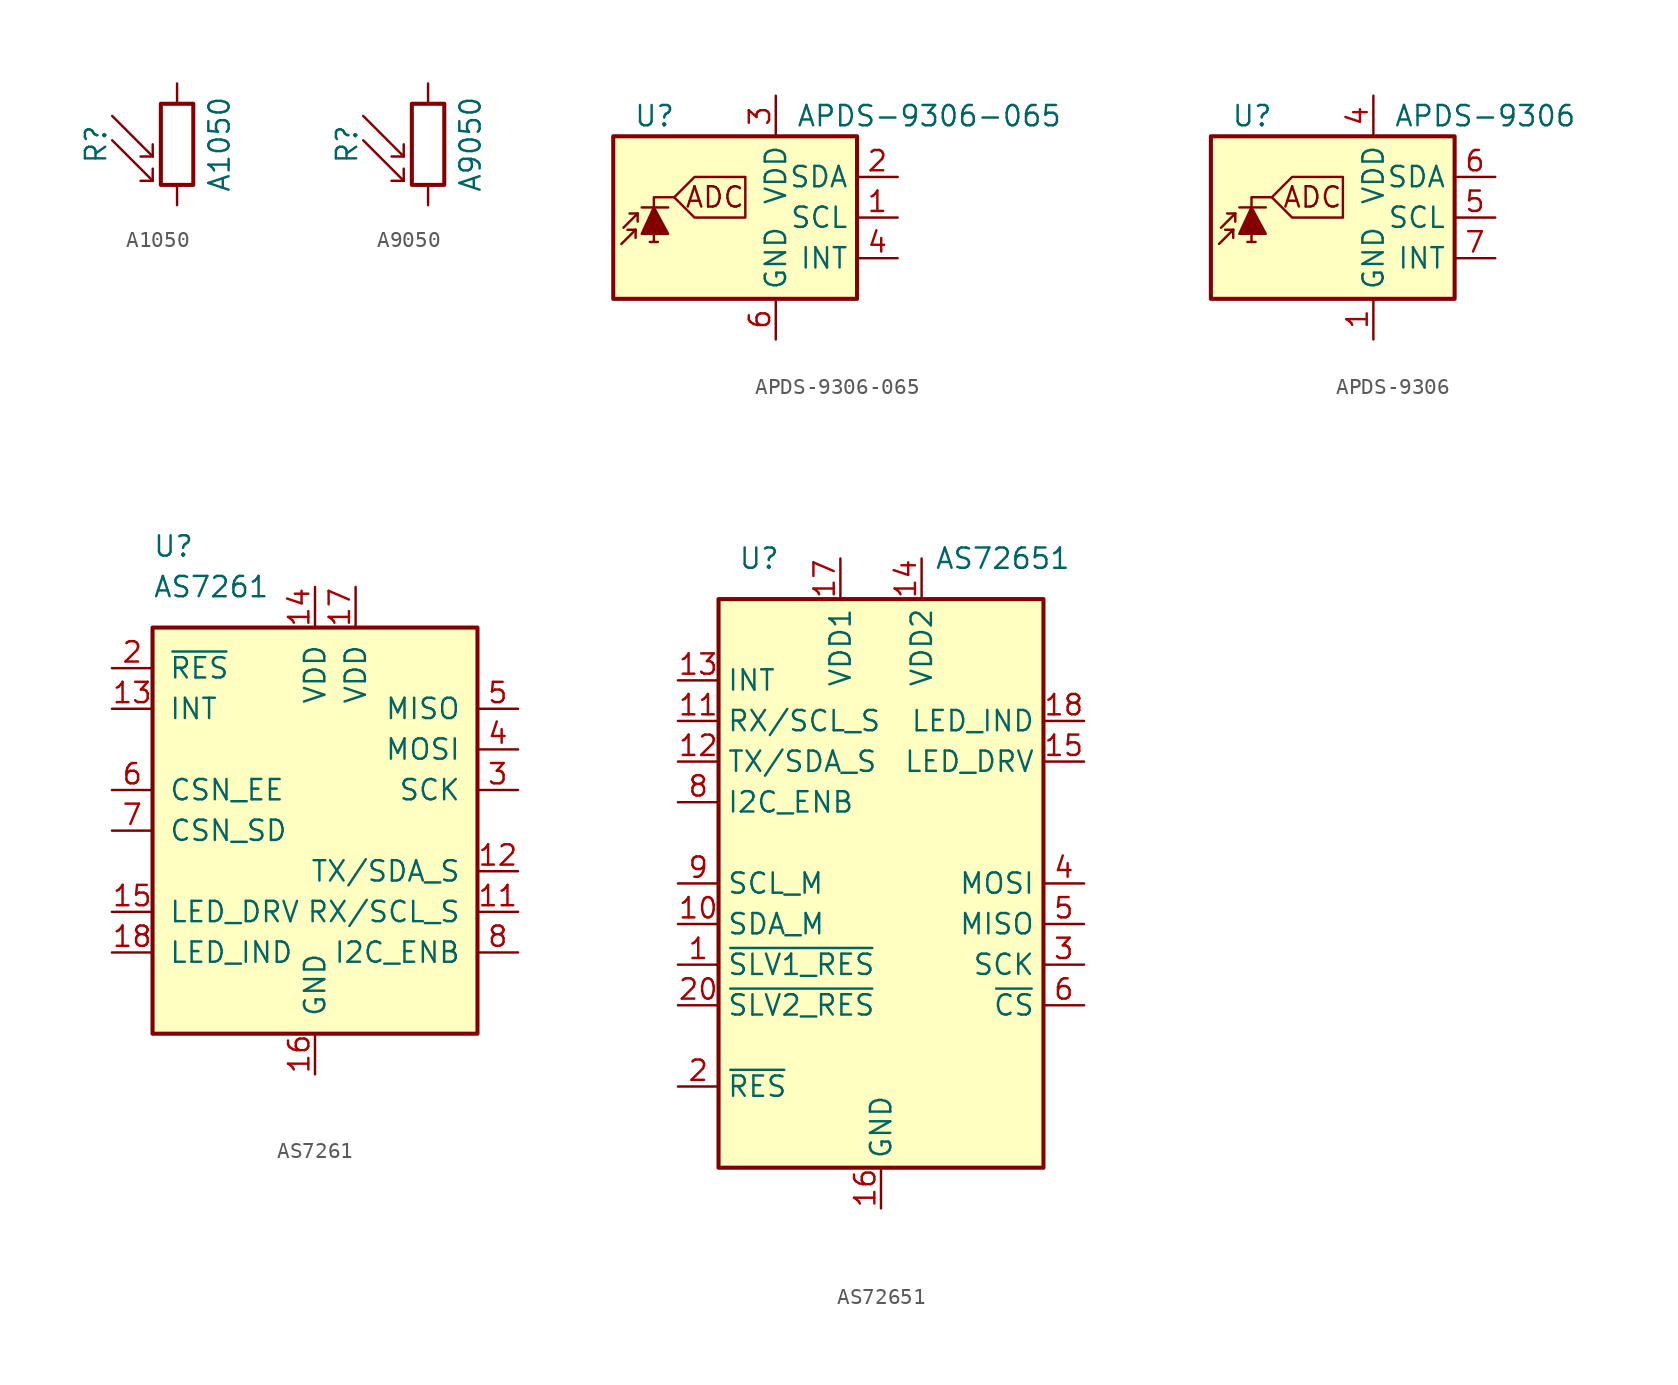
<source format=kicad_sym>
(kicad_symbol_lib
  (version 20211014)
  (generator kicad_symbol_editor)
  (symbol "A1050"
    (pin_numbers hide)
    (pin_names
      (offset 0))
    (property "Reference" "R"
      (at -5.08 0 90)
      (effects (font (size 1.27 1.27))))
    (property "Value" "A1050"
      (at 1.905 0 90)
      (effects (font (size 1.27 1.27)) (justify top)))
    (symbol "A1050_0_1"
      (rectangle (start -1.016 2.54) (end 1.016 -2.54) (stroke (width 0.254) (type default) (color 0 0 0 0)) (fill (type none)))
      (polyline (pts (xy -1.524 -2.286) (xy -4.064 0.254)) (stroke (width 0) (type default) (color 0 0 0 0)) (fill (type none)))
      (polyline (pts (xy -1.524 -2.286) (xy -2.286 -2.286)) (stroke (width 0) (type default) (color 0 0 0 0)) (fill (type none)))
      (polyline (pts (xy -1.524 -2.286) (xy -1.524 -1.524)) (stroke (width 0) (type default) (color 0 0 0 0)) (fill (type none)))
      (polyline (pts (xy -1.524 -0.762) (xy -4.064 1.778)) (stroke (width 0) (type default) (color 0 0 0 0)) (fill (type none)))
      (polyline (pts (xy -1.524 -0.762) (xy -2.286 -0.762)) (stroke (width 0) (type default) (color 0 0 0 0)) (fill (type none)))
      (polyline (pts (xy -1.524 -0.762) (xy -1.524 0)) (stroke (width 0) (type default) (color 0 0 0 0)) (fill (type none))))
    (symbol "A1050_1_1"
      (pin passive line (at 0 3.81 270) (length 1.27) (name "~" (effects (font (size 1.27 1.27)))) (number "1" (effects (font (size 1.27 1.27)))))
      (pin passive line (at 0 -3.81 90) (length 1.27) (name "~" (effects (font (size 1.27 1.27)))) (number "2" (effects (font (size 1.27 1.27)))))))
  (symbol "A9050"
    (pin_numbers hide)
    (pin_names
      (offset 0))
    (property "Reference" "R"
      (at -5.08 0 90)
      (effects (font (size 1.27 1.27))))
    (property "Value" "A9050"
      (at 1.905 0 90)
      (effects (font (size 1.27 1.27)) (justify top)))
    (symbol "A9050_0_1"
      (rectangle (start -1.016 2.54) (end 1.016 -2.54) (stroke (width 0.254) (type default) (color 0 0 0 0)) (fill (type none)))
      (polyline (pts (xy -1.524 -2.286) (xy -4.064 0.254)) (stroke (width 0) (type default) (color 0 0 0 0)) (fill (type none)))
      (polyline (pts (xy -1.524 -2.286) (xy -2.286 -2.286)) (stroke (width 0) (type default) (color 0 0 0 0)) (fill (type none)))
      (polyline (pts (xy -1.524 -2.286) (xy -1.524 -1.524)) (stroke (width 0) (type default) (color 0 0 0 0)) (fill (type none)))
      (polyline (pts (xy -1.524 -0.762) (xy -4.064 1.778)) (stroke (width 0) (type default) (color 0 0 0 0)) (fill (type none)))
      (polyline (pts (xy -1.524 -0.762) (xy -2.286 -0.762)) (stroke (width 0) (type default) (color 0 0 0 0)) (fill (type none)))
      (polyline (pts (xy -1.524 -0.762) (xy -1.524 0)) (stroke (width 0) (type default) (color 0 0 0 0)) (fill (type none))))
    (symbol "A9050_1_1"
      (pin passive line (at 0 3.81 270) (length 1.27) (name "~" (effects (font (size 1.27 1.27)))) (number "1" (effects (font (size 1.27 1.27)))))
      (pin passive line (at 0 -3.81 90) (length 1.27) (name "~" (effects (font (size 1.27 1.27)))) (number "2" (effects (font (size 1.27 1.27)))))))
  (symbol "APDS-9306-065"
    (property "Reference" "U"
      (at -6.35 6.35 0)
      (effects (font (size 1.27 1.27)) (justify left)))
    (property "Value" "APDS-9306-065"
      (at 3.81 6.35 0)
      (effects (font (size 1.27 1.27)) (justify left)))
    (symbol "APDS-9306-065_0_0"
      (polyline (pts (xy -3.81 1.27) (xy -2.54 2.54) (xy 0.635 2.54) (xy 0.635 0) (xy -2.54 0) (xy -3.81 1.27)) (stroke (width 0) (type default) (color 0 0 0 0)) (fill (type none)))
      (text "ADC" (at -1.27 1.27 0) (effects (font (size 1.27 1.27)))))
    (symbol "APDS-9306-065_0_1"
      (rectangle (start -7.62 5.08) (end 7.62 -5.08) (stroke (width 0.254) (type default) (color 0 0 0 0)) (fill (type background))))
    (symbol "APDS-9306-065_1_0"
      (polyline (pts (xy -5.08 -1.524) (xy -5.08 1.27) (xy -3.81 1.27)) (stroke (width 0) (type default) (color 0 0 0 0)) (fill (type none))))
    (symbol "APDS-9306-065_1_1"
      (polyline (pts (xy -6.223 -0.762) (xy -7.112 -1.651)) (stroke (width 0) (type default) (color 0 0 0 0)) (fill (type none)))
      (polyline (pts (xy -6.223 -0.762) (xy -6.731 -0.762)) (stroke (width 0) (type default) (color 0 0 0 0)) (fill (type none)))
      (polyline (pts (xy -6.223 -0.762) (xy -6.223 -1.27)) (stroke (width 0) (type default) (color 0 0 0 0)) (fill (type none)))
      (polyline (pts (xy -6.096 0.254) (xy -6.985 -0.635)) (stroke (width 0) (type default) (color 0 0 0 0)) (fill (type none)))
      (polyline (pts (xy -6.096 0.254) (xy -6.604 0.254)) (stroke (width 0) (type default) (color 0 0 0 0)) (fill (type none)))
      (polyline (pts (xy -6.096 0.254) (xy -6.096 -0.254)) (stroke (width 0) (type default) (color 0 0 0 0)) (fill (type none)))
      (polyline (pts (xy -5.842 0.635) (xy -4.191 0.635)) (stroke (width 0) (type default) (color 0 0 0 0)) (fill (type none)))
      (polyline (pts (xy -4.826 -1.524) (xy -5.334 -1.524)) (stroke (width 0) (type default) (color 0 0 0 0)) (fill (type none)))
      (polyline (pts (xy -5.842 -1.016) (xy -4.191 -1.016) (xy -5.08 0.635) (xy -5.842 -1.016)) (stroke (width 0) (type default) (color 0 0 0 0)) (fill (type outline)))
      (pin input line (at 10.16 0 180) (length 2.54) (name "SCL" (effects (font (size 1.27 1.27)))) (number "1" (effects (font (size 1.27 1.27)))))
      (pin bidirectional line (at 10.16 2.54 180) (length 2.54) (name "SDA" (effects (font (size 1.27 1.27)))) (number "2" (effects (font (size 1.27 1.27)))))
      (pin power_in line (at 2.54 7.62 270) (length 2.54) (name "VDD" (effects (font (size 1.27 1.27)))) (number "3" (effects (font (size 1.27 1.27)))))
      (pin open_collector line (at 10.16 -2.54 180) (length 2.54) (name "INT" (effects (font (size 1.27 1.27)))) (number "4" (effects (font (size 1.27 1.27)))))
      (pin no_connect line (at -7.62 2.54 0) (length 2.54) hide (name "NC" (effects (font (size 1.27 1.27)))) (number "5" (effects (font (size 1.27 1.27)))))
      (pin power_in line (at 2.54 -7.62 90) (length 2.54) (name "GND" (effects (font (size 1.27 1.27)))) (number "6" (effects (font (size 1.27 1.27)))))))
  (symbol "APDS-9306"
    (property "Reference" "U"
      (at -6.35 6.35 0)
      (effects (font (size 1.27 1.27)) (justify left)))
    (property "Value" "APDS-9306"
      (at 3.81 6.35 0)
      (effects (font (size 1.27 1.27)) (justify left)))
    (symbol "APDS-9306_0_0"
      (polyline (pts (xy -3.81 1.27) (xy -2.54 2.54) (xy 0.635 2.54) (xy 0.635 0) (xy -2.54 0) (xy -3.81 1.27)) (stroke (width 0) (type default) (color 0 0 0 0)) (fill (type none)))
      (text "ADC" (at -1.27 1.27 0) (effects (font (size 1.27 1.27)))))
    (symbol "APDS-9306_0_1"
      (rectangle (start -7.62 5.08) (end 7.62 -5.08) (stroke (width 0.254) (type default) (color 0 0 0 0)) (fill (type background))))
    (symbol "APDS-9306_1_0"
      (polyline (pts (xy -5.08 -1.524) (xy -5.08 1.27) (xy -3.81 1.27)) (stroke (width 0) (type default) (color 0 0 0 0)) (fill (type none))))
    (symbol "APDS-9306_1_1"
      (polyline (pts (xy -6.223 -0.762) (xy -7.112 -1.651)) (stroke (width 0) (type default) (color 0 0 0 0)) (fill (type none)))
      (polyline (pts (xy -6.223 -0.762) (xy -6.731 -0.762)) (stroke (width 0) (type default) (color 0 0 0 0)) (fill (type none)))
      (polyline (pts (xy -6.223 -0.762) (xy -6.223 -1.27)) (stroke (width 0) (type default) (color 0 0 0 0)) (fill (type none)))
      (polyline (pts (xy -6.096 0.254) (xy -6.985 -0.635)) (stroke (width 0) (type default) (color 0 0 0 0)) (fill (type none)))
      (polyline (pts (xy -6.096 0.254) (xy -6.604 0.254)) (stroke (width 0) (type default) (color 0 0 0 0)) (fill (type none)))
      (polyline (pts (xy -6.096 0.254) (xy -6.096 -0.254)) (stroke (width 0) (type default) (color 0 0 0 0)) (fill (type none)))
      (polyline (pts (xy -5.842 0.635) (xy -4.191 0.635)) (stroke (width 0) (type default) (color 0 0 0 0)) (fill (type none)))
      (polyline (pts (xy -4.826 -1.524) (xy -5.334 -1.524)) (stroke (width 0) (type default) (color 0 0 0 0)) (fill (type none)))
      (polyline (pts (xy -5.842 -1.016) (xy -4.191 -1.016) (xy -5.08 0.635) (xy -5.842 -1.016)) (stroke (width 0) (type default) (color 0 0 0 0)) (fill (type outline)))
      (pin power_in line (at 2.54 -7.62 90) (length 2.54) (name "GND" (effects (font (size 1.27 1.27)))) (number "1" (effects (font (size 1.27 1.27)))))
      (pin no_connect line (at -7.62 -5.08 0) (length 2.54) hide (name "NC" (effects (font (size 1.27 1.27)))) (number "2" (effects (font (size 1.27 1.27)))))
      (pin no_connect line (at -7.62 5.08 0) (length 2.54) hide (name "NC" (effects (font (size 1.27 1.27)))) (number "3" (effects (font (size 1.27 1.27)))))
      (pin power_in line (at 2.54 7.62 270) (length 2.54) (name "VDD" (effects (font (size 1.27 1.27)))) (number "4" (effects (font (size 1.27 1.27)))))
      (pin input line (at 10.16 0 180) (length 2.54) (name "SCL" (effects (font (size 1.27 1.27)))) (number "5" (effects (font (size 1.27 1.27)))))
      (pin bidirectional line (at 10.16 2.54 180) (length 2.54) (name "SDA" (effects (font (size 1.27 1.27)))) (number "6" (effects (font (size 1.27 1.27)))))
      (pin open_collector line (at 10.16 -2.54 180) (length 2.54) (name "INT" (effects (font (size 1.27 1.27)))) (number "7" (effects (font (size 1.27 1.27)))))
      (pin no_connect line (at -7.62 2.54 0) (length 2.54) hide (name "NC" (effects (font (size 1.27 1.27)))) (number "8" (effects (font (size 1.27 1.27)))))))
  (symbol "AS7261"
    (pin_names
      (offset 1.016))
    (property "Reference" "U"
      (at -10.16 17.78 0)
      (effects (font (size 1.27 1.27)) (justify left)))
    (property "Value" "AS7261"
      (at -10.16 15.24 0)
      (effects (font (size 1.27 1.27)) (justify left)))
    (symbol "AS7261_0_1"
      (rectangle (start -10.16 12.7) (end 10.16 -12.7) (stroke (width 0.254) (type default) (color 0 0 0 0)) (fill (type background))))
    (symbol "AS7261_1_1"
      (pin no_connect line (at 12.7 10.16 180) (length 2.54) hide (name "NF" (effects (font (size 1.27 1.27)))) (number "1" (effects (font (size 1.27 1.27)))))
      (pin no_connect line (at -12.7 5.08 0) (length 2.54) hide (name "NF" (effects (font (size 1.27 1.27)))) (number "10" (effects (font (size 1.27 1.27)))))
      (pin input line (at 12.7 -5.08 180) (length 2.54) (name "RX/SCL_S" (effects (font (size 1.27 1.27)))) (number "11" (effects (font (size 1.27 1.27)))))
      (pin bidirectional line (at 12.7 -2.54 180) (length 2.54) (name "TX/SDA_S" (effects (font (size 1.27 1.27)))) (number "12" (effects (font (size 1.27 1.27)))))
      (pin input line (at -12.7 7.62 0) (length 2.54) (name "INT" (effects (font (size 1.27 1.27)))) (number "13" (effects (font (size 1.27 1.27)))))
      (pin power_in line (at 0 15.24 270) (length 2.54) (name "VDD" (effects (font (size 1.27 1.27)))) (number "14" (effects (font (size 1.27 1.27)))))
      (pin output line (at -12.7 -5.08 0) (length 2.54) (name "LED_DRV" (effects (font (size 1.27 1.27)))) (number "15" (effects (font (size 1.27 1.27)))))
      (pin power_in line (at 0 -15.24 90) (length 2.54) (name "GND" (effects (font (size 1.27 1.27)))) (number "16" (effects (font (size 1.27 1.27)))))
      (pin power_in line (at 2.54 15.24 270) (length 2.54) (name "VDD" (effects (font (size 1.27 1.27)))) (number "17" (effects (font (size 1.27 1.27)))))
      (pin output line (at -12.7 -7.62 0) (length 2.54) (name "LED_IND" (effects (font (size 1.27 1.27)))) (number "18" (effects (font (size 1.27 1.27)))))
      (pin no_connect line (at -12.7 -2.54 0) (length 2.54) hide (name "NF" (effects (font (size 1.27 1.27)))) (number "19" (effects (font (size 1.27 1.27)))))
      (pin input line (at -12.7 10.16 0) (length 2.54) (name "~{RES}" (effects (font (size 1.27 1.27)))) (number "2" (effects (font (size 1.27 1.27)))))
      (pin no_connect line (at -12.7 -10.16 0) (length 2.54) hide (name "NF" (effects (font (size 1.27 1.27)))) (number "20" (effects (font (size 1.27 1.27)))))
      (pin input line (at 12.7 2.54 180) (length 2.54) (name "SCK" (effects (font (size 1.27 1.27)))) (number "3" (effects (font (size 1.27 1.27)))))
      (pin bidirectional line (at 12.7 5.08 180) (length 2.54) (name "MOSI" (effects (font (size 1.27 1.27)))) (number "4" (effects (font (size 1.27 1.27)))))
      (pin bidirectional line (at 12.7 7.62 180) (length 2.54) (name "MISO" (effects (font (size 1.27 1.27)))) (number "5" (effects (font (size 1.27 1.27)))))
      (pin input line (at -12.7 2.54 0) (length 2.54) (name "CSN_EE" (effects (font (size 1.27 1.27)))) (number "6" (effects (font (size 1.27 1.27)))))
      (pin input line (at -12.7 0 0) (length 2.54) (name "CSN_SD" (effects (font (size 1.27 1.27)))) (number "7" (effects (font (size 1.27 1.27)))))
      (pin input line (at 12.7 -7.62 180) (length 2.54) (name "I2C_ENB" (effects (font (size 1.27 1.27)))) (number "8" (effects (font (size 1.27 1.27)))))
      (pin no_connect line (at 12.7 -10.16 180) (length 2.54) hide (name "NF" (effects (font (size 1.27 1.27)))) (number "9" (effects (font (size 1.27 1.27)))))))
  (symbol "AS72651"
    (property "Reference" "U"
      (at -7.62 20.32 0)
      (effects (font (size 1.27 1.27))))
    (property "Value" "AS72651"
      (at 7.62 20.32 0)
      (effects (font (size 1.27 1.27))))
    (symbol "AS72651_0_1"
      (rectangle (start 10.16 -17.78) (end -10.16 17.78) (stroke (width 0.254) (type default) (color 0 0 0 0)) (fill (type background))))
    (symbol "AS72651_1_1"
      (pin output line (at -12.7 -5.08 0) (length 2.54) (name "~{SLV1_RES}" (effects (font (size 1.27 1.27)))) (number "1" (effects (font (size 1.27 1.27)))))
      (pin bidirectional line (at -12.7 -2.54 0) (length 2.54) (name "SDA_M" (effects (font (size 1.27 1.27)))) (number "10" (effects (font (size 1.27 1.27)))))
      (pin input line (at -12.7 10.16 0) (length 2.54) (name "RX/SCL_S" (effects (font (size 1.27 1.27)))) (number "11" (effects (font (size 1.27 1.27)))))
      (pin bidirectional line (at -12.7 7.62 0) (length 2.54) (name "TX/SDA_S" (effects (font (size 1.27 1.27)))) (number "12" (effects (font (size 1.27 1.27)))))
      (pin output line (at -12.7 12.7 0) (length 2.54) (name "INT" (effects (font (size 1.27 1.27)))) (number "13" (effects (font (size 1.27 1.27)))))
      (pin power_in line (at 2.54 20.32 270) (length 2.54) (name "VDD2" (effects (font (size 1.27 1.27)))) (number "14" (effects (font (size 1.27 1.27)))))
      (pin output line (at 12.7 7.62 180) (length 2.54) (name "LED_DRV" (effects (font (size 1.27 1.27)))) (number "15" (effects (font (size 1.27 1.27)))))
      (pin power_in line (at 0 -20.32 90) (length 2.54) (name "GND" (effects (font (size 1.27 1.27)))) (number "16" (effects (font (size 1.27 1.27)))))
      (pin power_in line (at -2.54 20.32 270) (length 2.54) (name "VDD1" (effects (font (size 1.27 1.27)))) (number "17" (effects (font (size 1.27 1.27)))))
      (pin output line (at 12.7 10.16 180) (length 2.54) (name "LED_IND" (effects (font (size 1.27 1.27)))) (number "18" (effects (font (size 1.27 1.27)))))
      (pin no_connect line (at 10.16 -12.7 180) (length 2.54) hide (name "NC" (effects (font (size 1.27 1.27)))) (number "19" (effects (font (size 1.27 1.27)))))
      (pin input line (at -12.7 -12.7 0) (length 2.54) (name "~{RES}" (effects (font (size 1.27 1.27)))) (number "2" (effects (font (size 1.27 1.27)))))
      (pin output line (at -12.7 -7.62 0) (length 2.54) (name "~{SLV2_RES}" (effects (font (size 1.27 1.27)))) (number "20" (effects (font (size 1.27 1.27)))))
      (pin output line (at 12.7 -5.08 180) (length 2.54) (name "SCK" (effects (font (size 1.27 1.27)))) (number "3" (effects (font (size 1.27 1.27)))))
      (pin output line (at 12.7 0 180) (length 2.54) (name "MOSI" (effects (font (size 1.27 1.27)))) (number "4" (effects (font (size 1.27 1.27)))))
      (pin input line (at 12.7 -2.54 180) (length 2.54) (name "MISO" (effects (font (size 1.27 1.27)))) (number "5" (effects (font (size 1.27 1.27)))))
      (pin output line (at 12.7 -7.62 180) (length 2.54) (name "~{CS}" (effects (font (size 1.27 1.27)))) (number "6" (effects (font (size 1.27 1.27)))))
      (pin no_connect line (at 10.16 -10.16 180) (length 2.54) hide (name "NC" (effects (font (size 1.27 1.27)))) (number "7" (effects (font (size 1.27 1.27)))))
      (pin input line (at -12.7 5.08 0) (length 2.54) (name "I2C_ENB" (effects (font (size 1.27 1.27)))) (number "8" (effects (font (size 1.27 1.27)))))
      (pin output line (at -12.7 0 0) (length 2.54) (name "SCL_M" (effects (font (size 1.27 1.27)))) (number "9" (effects (font (size 1.27 1.27))))))))
</source>
